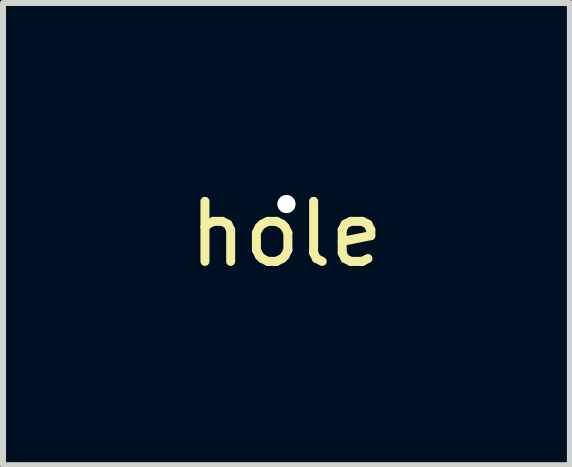
<source format=kicad_pcb>
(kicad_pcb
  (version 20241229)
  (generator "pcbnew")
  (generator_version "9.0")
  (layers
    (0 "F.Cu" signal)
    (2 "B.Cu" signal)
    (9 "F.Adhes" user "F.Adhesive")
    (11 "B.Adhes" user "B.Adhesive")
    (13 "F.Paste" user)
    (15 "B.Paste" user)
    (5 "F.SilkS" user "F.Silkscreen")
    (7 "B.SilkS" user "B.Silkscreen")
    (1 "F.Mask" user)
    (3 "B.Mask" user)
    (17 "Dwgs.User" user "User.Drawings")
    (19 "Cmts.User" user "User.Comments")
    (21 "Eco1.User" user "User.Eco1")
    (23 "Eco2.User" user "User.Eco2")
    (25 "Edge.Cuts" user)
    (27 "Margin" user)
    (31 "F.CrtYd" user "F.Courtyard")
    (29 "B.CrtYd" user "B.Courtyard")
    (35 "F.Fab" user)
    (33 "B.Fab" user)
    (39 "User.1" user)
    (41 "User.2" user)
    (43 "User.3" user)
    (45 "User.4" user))
  (footprint "hole"
    (layer "F.Cu")
    (at 1.72 0.348)
    (property "Reference" "hole" (at 0 0.5 0) (layer "F.SilkS") (effects (font (size 1 1) (thickness 0.15))))
    (attr through_hole)
    (pad "1" thru_hole circle (at 0 0) (size 0.3 0.3) (drill 0.3) (layers "*.Cu" "*.Mask")))
  (gr_rect
    (start -3 -3)
    (end 6.44 4.697)
    (stroke (width 0.1) (type default))
    (fill no)
    (layer "Edge.Cuts")))
</source>
